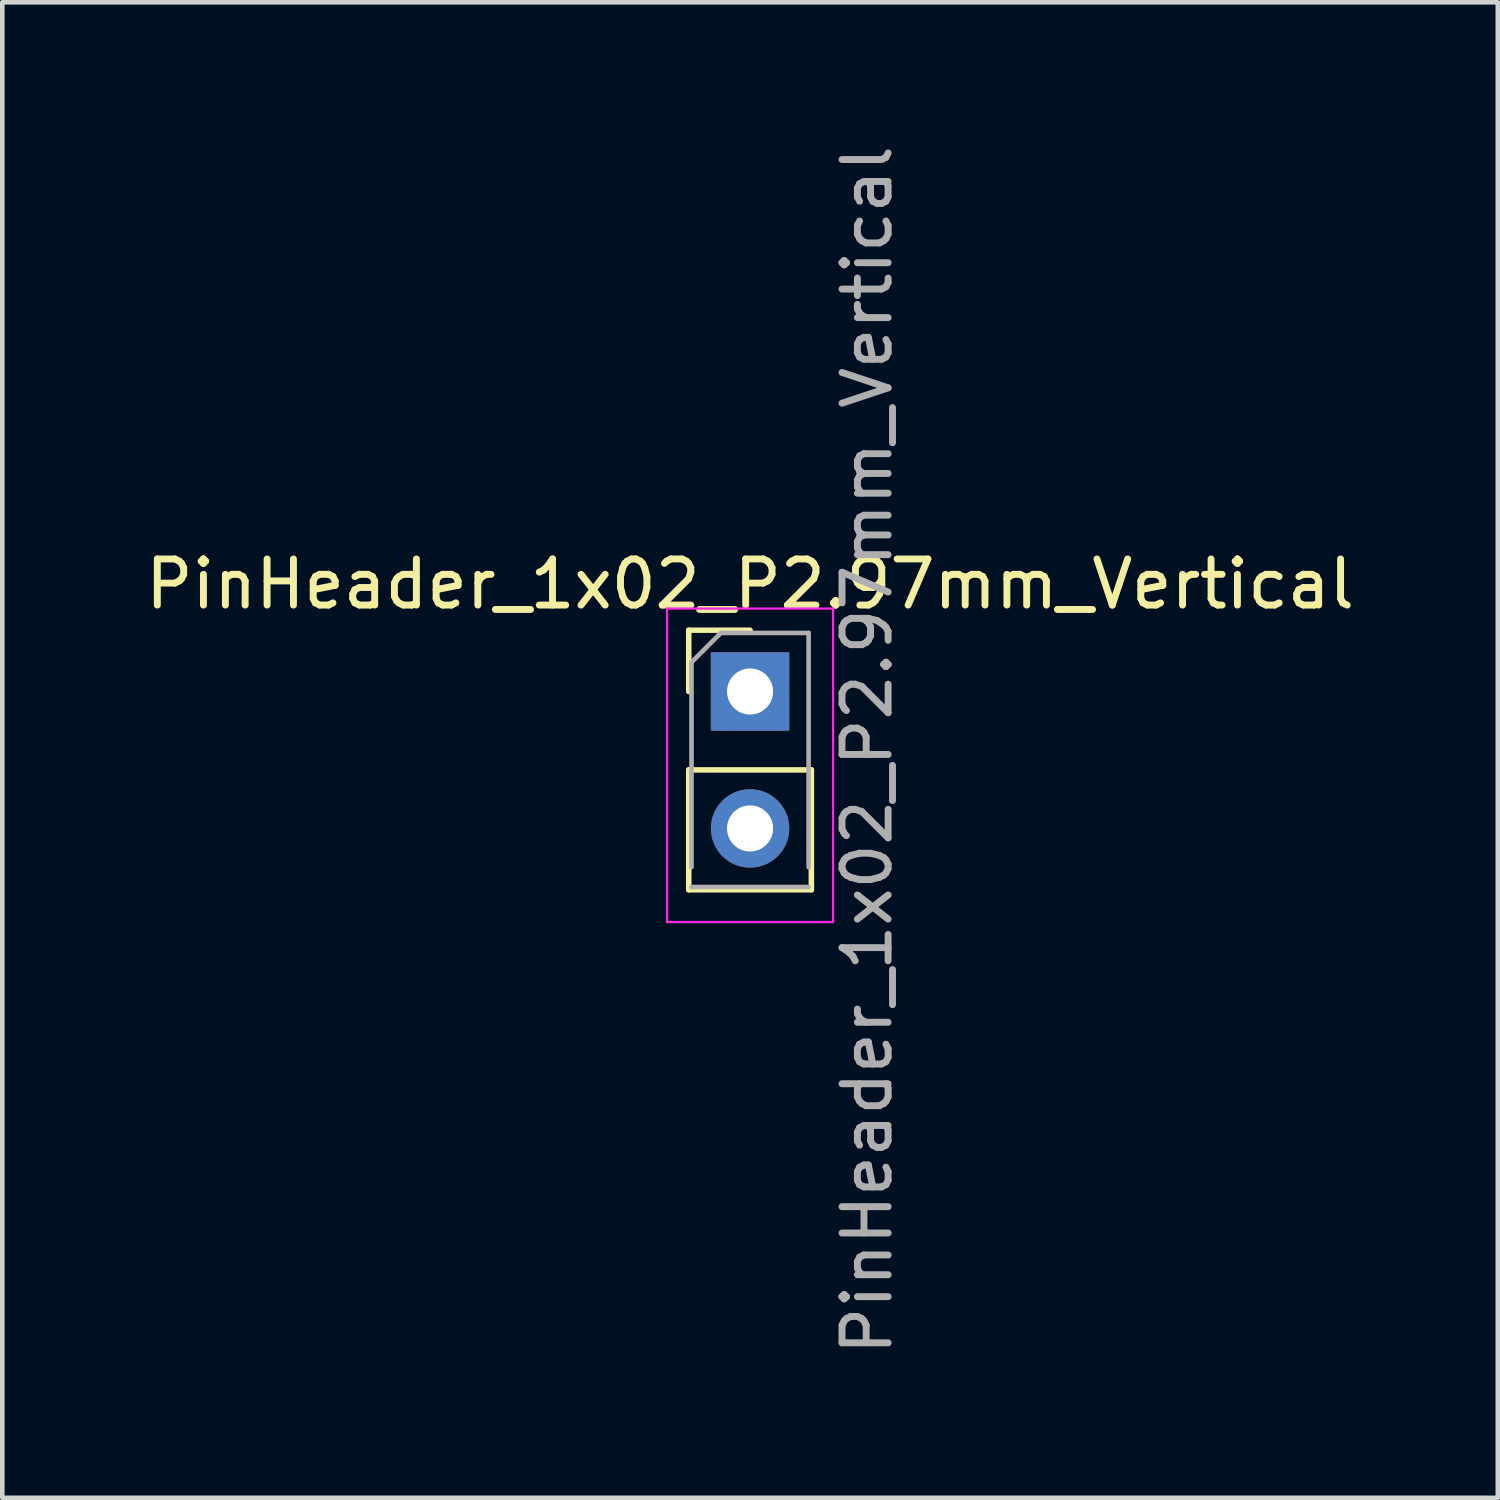
<source format=kicad_pcb>
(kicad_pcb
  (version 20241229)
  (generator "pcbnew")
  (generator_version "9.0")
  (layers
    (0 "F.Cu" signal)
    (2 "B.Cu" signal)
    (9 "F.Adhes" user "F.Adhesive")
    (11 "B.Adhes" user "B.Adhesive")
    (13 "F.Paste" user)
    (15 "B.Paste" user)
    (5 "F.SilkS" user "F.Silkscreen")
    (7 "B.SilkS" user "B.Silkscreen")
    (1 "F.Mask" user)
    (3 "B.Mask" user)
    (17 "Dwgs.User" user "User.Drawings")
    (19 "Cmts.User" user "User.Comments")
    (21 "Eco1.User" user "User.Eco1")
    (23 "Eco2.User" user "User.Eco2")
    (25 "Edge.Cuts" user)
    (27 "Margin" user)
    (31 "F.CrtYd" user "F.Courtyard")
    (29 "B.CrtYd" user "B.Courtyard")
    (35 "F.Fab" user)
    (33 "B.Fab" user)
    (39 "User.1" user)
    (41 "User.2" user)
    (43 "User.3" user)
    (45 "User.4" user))
  (footprint "PinHeader_1x02_P2.97mm_Vertical"
    (layer "F.Cu")
    (at 13.22 11.95)
    (property "Reference" "PinHeader_1x02_P2.97mm_Vertical" (at 0 -2.33 0) (layer "F.SilkS") (effects (font (size 1 1) (thickness 0.15))))
    (attr through_hole)
    (fp_line (start -1.33 -1.33) (end 0 -1.33) (stroke (width 0.12) (type solid)) (layer "F.SilkS"))
    (fp_line (start -1.33 0) (end -1.33 -1.33) (stroke (width 0.12) (type solid)) (layer "F.SilkS"))
    (fp_line (start -1.33 1.7) (end -1.33 4.3) (stroke (width 0.12) (type solid)) (layer "F.SilkS"))
    (fp_line (start -1.33 1.7) (end 1.33 1.7) (stroke (width 0.12) (type solid)) (layer "F.SilkS"))
    (fp_line (start -1.33 4.3) (end 1.33 4.3) (stroke (width 0.12) (type solid)) (layer "F.SilkS"))
    (fp_line (start 1.33 1.7) (end 1.33 4.3) (stroke (width 0.12) (type solid)) (layer "F.SilkS"))
    (fp_line (start -1.8 -1.8) (end -1.8 5) (stroke (width 0.05) (type solid)) (layer "F.CrtYd"))
    (fp_line (start -1.8 5) (end 1.8 5) (stroke (width 0.05) (type solid)) (layer "F.CrtYd"))
    (fp_line (start 1.8 -1.8) (end -1.8 -1.8) (stroke (width 0.05) (type solid)) (layer "F.CrtYd"))
    (fp_line (start 1.8 5) (end 1.8 -1.8) (stroke (width 0.05) (type solid)) (layer "F.CrtYd"))
    (fp_line (start -1.27 -0.635) (end -0.635 -1.27) (stroke (width 0.1) (type solid)) (layer "F.Fab"))
    (fp_line (start -1.27 3.81) (end -1.27 -0.635) (stroke (width 0.1) (type solid)) (layer "F.Fab"))
    (fp_line (start -0.635 -1.27) (end 1.27 -1.27) (stroke (width 0.1) (type solid)) (layer "F.Fab"))
    (fp_line (start 1.27 -1.27) (end 1.27 3.81) (stroke (width 0.1) (type solid)) (layer "F.Fab"))
    (fp_line (start 1.27 4.24) (end -1.27 4.24) (stroke (width 0.1) (type solid)) (layer "F.Fab"))
    (fp_text user "${REFERENCE}" (at 2.54 1.27 90) (layer "F.Fab") (effects (font (size 1 1) (thickness 0.15))))
    (pad "1" thru_hole rect (at 0 0) (size 1.7 1.7) (drill 1) (layers "*.Cu" "*.Mask"))
    (pad "2" thru_hole oval (at 0 2.97) (size 1.7 1.7) (drill 1) (layers "*.Cu" "*.Mask")))
  (gr_rect
    (start -3 -3)
    (end 29.44 29.44)
    (stroke (width 0.1) (type default))
    (fill no)
    (layer "Edge.Cuts")))
</source>
